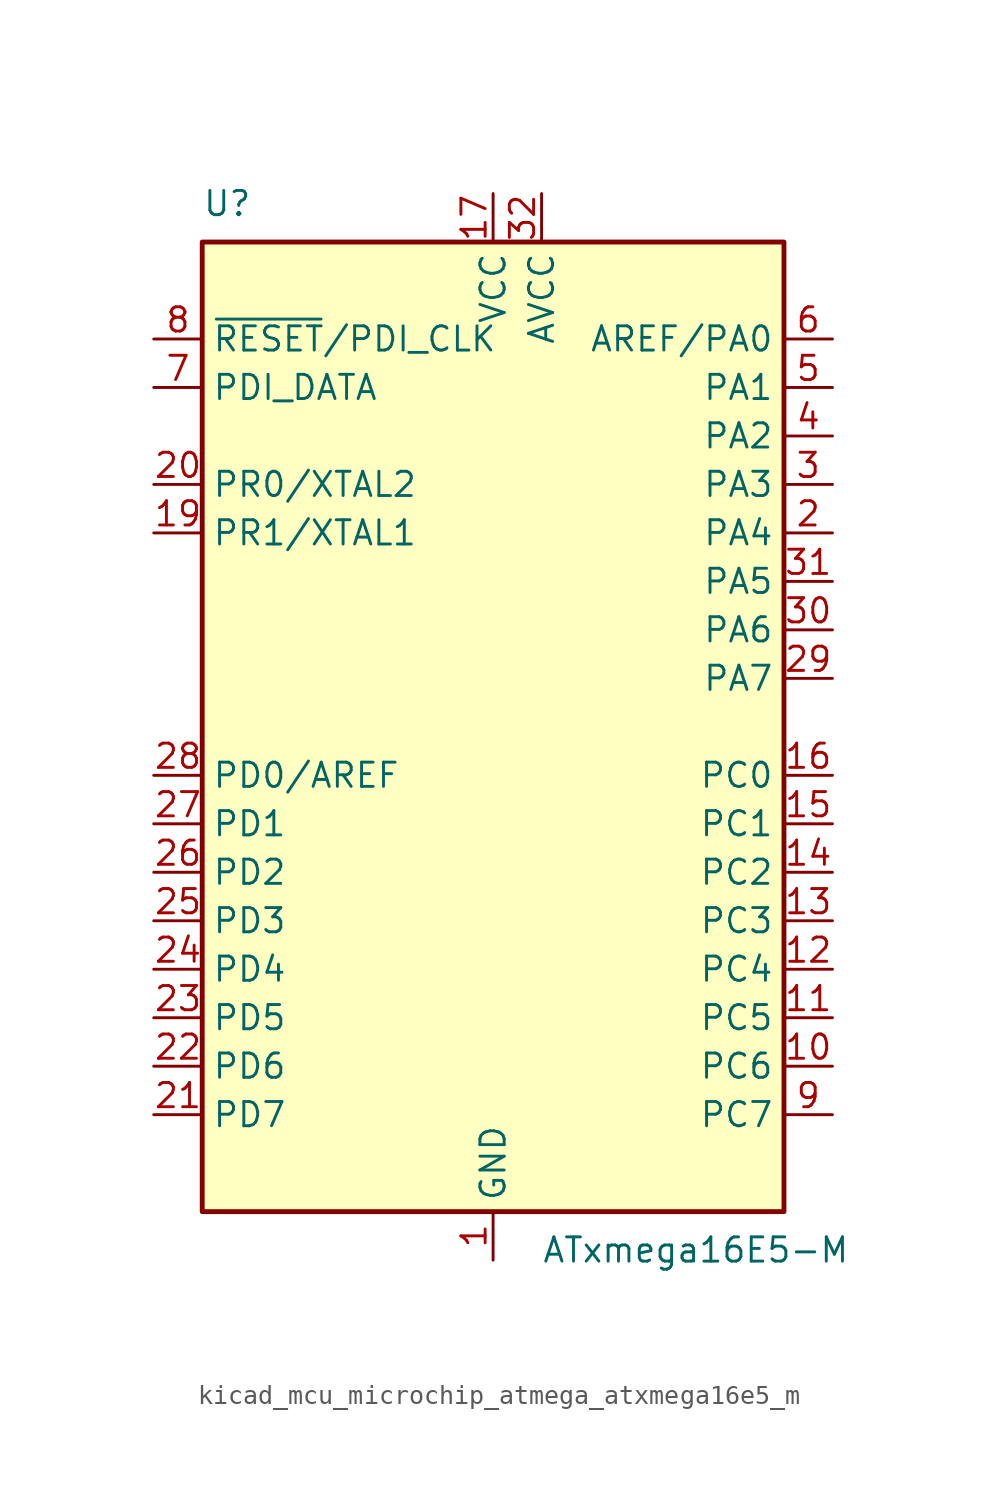
<source format=kicad_sym>
(kicad_symbol_lib
  (version 20220914)
  (generator kicad_symbol_editor)
  (symbol "kicad_mcu_microchip_atmega_atxmega16e5_m"
    (property "Reference" "U"
      (at -15.24 26.67 0)
      (effects (font (size 1.27 1.27)) (justify left bottom)))
    (property "Value" "ATxmega16E5-M"
      (at 2.54 -26.67 0)
      (effects (font (size 1.27 1.27)) (justify left top)))
    (symbol "kicad_mcu_microchip_atmega_atxmega16e5_m_0_1"
      (rectangle (start -15.24 -25.4) (end 15.24 25.4) (stroke (width 0.254) (type default)) (fill (type background))))
    (symbol "kicad_mcu_microchip_atmega_atxmega16e5_m_1_1"
      (pin power_in line (at 0 -27.94 90) (length 2.54) (name "GND" (effects (font (size 1.27 1.27)))) (number "1" (effects (font (size 1.27 1.27)))))
      (pin bidirectional line (at 17.78 -17.78 180) (length 2.54) (name "PC6" (effects (font (size 1.27 1.27)))) (number "10" (effects (font (size 1.27 1.27)))))
      (pin bidirectional line (at 17.78 -15.24 180) (length 2.54) (name "PC5" (effects (font (size 1.27 1.27)))) (number "11" (effects (font (size 1.27 1.27)))))
      (pin bidirectional line (at 17.78 -12.7 180) (length 2.54) (name "PC4" (effects (font (size 1.27 1.27)))) (number "12" (effects (font (size 1.27 1.27)))))
      (pin bidirectional line (at 17.78 -10.16 180) (length 2.54) (name "PC3" (effects (font (size 1.27 1.27)))) (number "13" (effects (font (size 1.27 1.27)))))
      (pin bidirectional line (at 17.78 -7.62 180) (length 2.54) (name "PC2" (effects (font (size 1.27 1.27)))) (number "14" (effects (font (size 1.27 1.27)))))
      (pin bidirectional line (at 17.78 -5.08 180) (length 2.54) (name "PC1" (effects (font (size 1.27 1.27)))) (number "15" (effects (font (size 1.27 1.27)))))
      (pin bidirectional line (at 17.78 -2.54 180) (length 2.54) (name "PC0" (effects (font (size 1.27 1.27)))) (number "16" (effects (font (size 1.27 1.27)))))
      (pin power_in line (at 0 27.94 270) (length 2.54) (name "VCC" (effects (font (size 1.27 1.27)))) (number "17" (effects (font (size 1.27 1.27)))))
      (pin passive line (at 0 -27.94 90) (length 2.54) hide (name "GND" (effects (font (size 1.27 1.27)))) (number "18" (effects (font (size 1.27 1.27)))))
      (pin bidirectional line (at -17.78 10.16 0) (length 2.54) (name "PR1/XTAL1" (effects (font (size 1.27 1.27)))) (number "19" (effects (font (size 1.27 1.27)))))
      (pin bidirectional line (at 17.78 10.16 180) (length 2.54) (name "PA4" (effects (font (size 1.27 1.27)))) (number "2" (effects (font (size 1.27 1.27)))))
      (pin bidirectional line (at -17.78 12.7 0) (length 2.54) (name "PR0/XTAL2" (effects (font (size 1.27 1.27)))) (number "20" (effects (font (size 1.27 1.27)))))
      (pin bidirectional line (at -17.78 -20.32 0) (length 2.54) (name "PD7" (effects (font (size 1.27 1.27)))) (number "21" (effects (font (size 1.27 1.27)))))
      (pin bidirectional line (at -17.78 -17.78 0) (length 2.54) (name "PD6" (effects (font (size 1.27 1.27)))) (number "22" (effects (font (size 1.27 1.27)))))
      (pin bidirectional line (at -17.78 -15.24 0) (length 2.54) (name "PD5" (effects (font (size 1.27 1.27)))) (number "23" (effects (font (size 1.27 1.27)))))
      (pin bidirectional line (at -17.78 -12.7 0) (length 2.54) (name "PD4" (effects (font (size 1.27 1.27)))) (number "24" (effects (font (size 1.27 1.27)))))
      (pin bidirectional line (at -17.78 -10.16 0) (length 2.54) (name "PD3" (effects (font (size 1.27 1.27)))) (number "25" (effects (font (size 1.27 1.27)))))
      (pin bidirectional line (at -17.78 -7.62 0) (length 2.54) (name "PD2" (effects (font (size 1.27 1.27)))) (number "26" (effects (font (size 1.27 1.27)))))
      (pin bidirectional line (at -17.78 -5.08 0) (length 2.54) (name "PD1" (effects (font (size 1.27 1.27)))) (number "27" (effects (font (size 1.27 1.27)))))
      (pin bidirectional line (at -17.78 -2.54 0) (length 2.54) (name "PD0/AREF" (effects (font (size 1.27 1.27)))) (number "28" (effects (font (size 1.27 1.27)))))
      (pin bidirectional line (at 17.78 2.54 180) (length 2.54) (name "PA7" (effects (font (size 1.27 1.27)))) (number "29" (effects (font (size 1.27 1.27)))))
      (pin bidirectional line (at 17.78 12.7 180) (length 2.54) (name "PA3" (effects (font (size 1.27 1.27)))) (number "3" (effects (font (size 1.27 1.27)))))
      (pin bidirectional line (at 17.78 5.08 180) (length 2.54) (name "PA6" (effects (font (size 1.27 1.27)))) (number "30" (effects (font (size 1.27 1.27)))))
      (pin bidirectional line (at 17.78 7.62 180) (length 2.54) (name "PA5" (effects (font (size 1.27 1.27)))) (number "31" (effects (font (size 1.27 1.27)))))
      (pin power_in line (at 2.54 27.94 270) (length 2.54) (name "AVCC" (effects (font (size 1.27 1.27)))) (number "32" (effects (font (size 1.27 1.27)))))
      (pin passive line (at 0 -27.94 90) (length 2.54) hide (name "GND" (effects (font (size 1.27 1.27)))) (number "33" (effects (font (size 1.27 1.27)))))
      (pin bidirectional line (at 17.78 15.24 180) (length 2.54) (name "PA2" (effects (font (size 1.27 1.27)))) (number "4" (effects (font (size 1.27 1.27)))))
      (pin bidirectional line (at 17.78 17.78 180) (length 2.54) (name "PA1" (effects (font (size 1.27 1.27)))) (number "5" (effects (font (size 1.27 1.27)))))
      (pin bidirectional line (at 17.78 20.32 180) (length 2.54) (name "AREF/PA0" (effects (font (size 1.27 1.27)))) (number "6" (effects (font (size 1.27 1.27)))))
      (pin bidirectional line (at -17.78 17.78 0) (length 2.54) (name "PDI_DATA" (effects (font (size 1.27 1.27)))) (number "7" (effects (font (size 1.27 1.27)))))
      (pin input line (at -17.78 20.32 0) (length 2.54) (name "~{RESET}/PDI_CLK" (effects (font (size 1.27 1.27)))) (number "8" (effects (font (size 1.27 1.27)))))
      (pin bidirectional line (at 17.78 -20.32 180) (length 2.54) (name "PC7" (effects (font (size 1.27 1.27)))) (number "9" (effects (font (size 1.27 1.27))))))))
</source>
